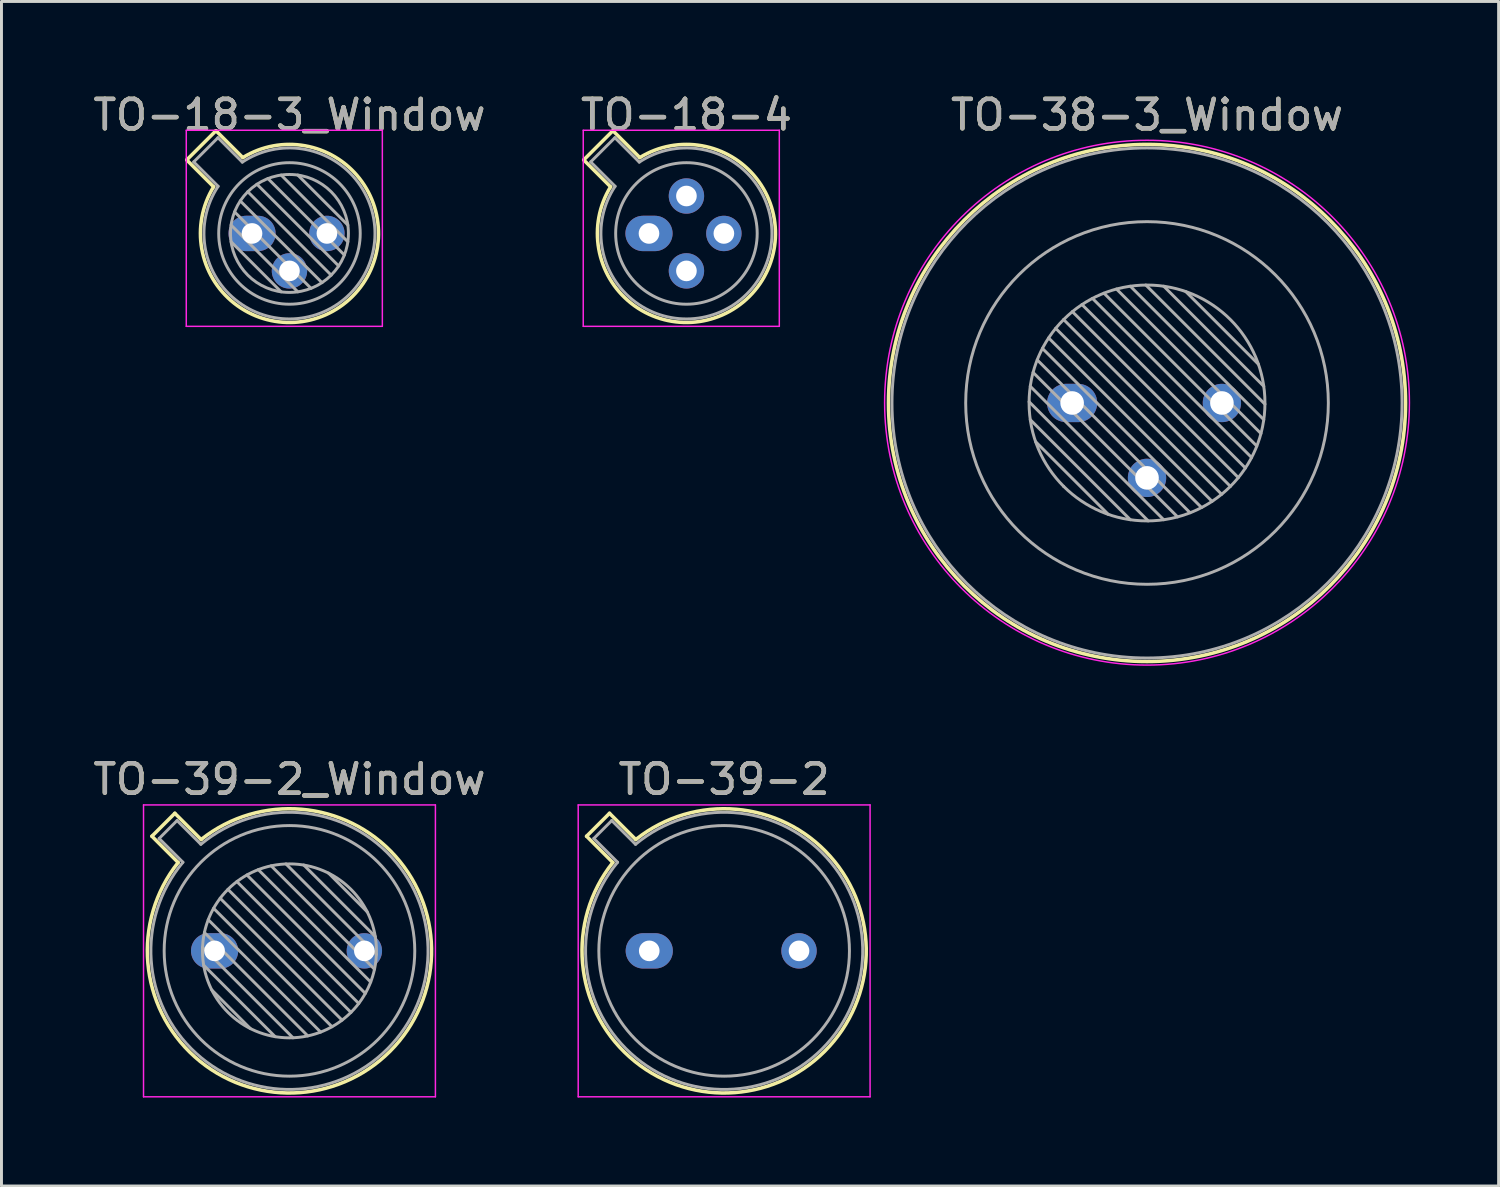
<source format=kicad_pcb>
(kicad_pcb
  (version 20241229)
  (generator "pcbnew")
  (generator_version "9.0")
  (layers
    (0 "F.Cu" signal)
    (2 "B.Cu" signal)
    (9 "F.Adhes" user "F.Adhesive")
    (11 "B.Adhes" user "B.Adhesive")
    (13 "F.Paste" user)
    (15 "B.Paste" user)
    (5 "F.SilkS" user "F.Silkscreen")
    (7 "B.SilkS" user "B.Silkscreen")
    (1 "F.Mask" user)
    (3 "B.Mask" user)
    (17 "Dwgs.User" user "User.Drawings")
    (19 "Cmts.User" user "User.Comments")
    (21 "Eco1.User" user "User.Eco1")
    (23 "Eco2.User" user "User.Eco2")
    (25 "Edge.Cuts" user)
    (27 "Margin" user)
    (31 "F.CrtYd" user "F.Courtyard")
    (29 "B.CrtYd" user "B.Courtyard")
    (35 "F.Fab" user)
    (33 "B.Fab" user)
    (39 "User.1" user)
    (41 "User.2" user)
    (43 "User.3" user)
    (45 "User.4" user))
  (footprint "TO-39-2"
    (layer "F.Cu")
    (at 18.971 29.201)
    (property "Reference" "TO-39-2" (at 2.54 -5.82 0) (layer "F.SilkS") (effects (font (size 1 1) (thickness 0.15))))
    (attr through_hole)
    (fp_line (start -2.126 -3.888) (end -1.235 -2.997) (stroke (width 0.12) (type solid)) (layer "F.SilkS"))
    (fp_line (start -1.348 -4.666) (end -2.126 -3.888) (stroke (width 0.12) (type solid)) (layer "F.SilkS"))
    (fp_line (start -0.457 -3.775) (end -1.348 -4.666) (stroke (width 0.12) (type solid)) (layer "F.SilkS"))
    (fp_arc (start -0.457084 -3.774902) (mid 5.948125 3.408384) (end -1.234674 -2.997371) (stroke (width 0.12) (type solid)) (layer "F.SilkS"))
    (fp_line (start -2.41 -4.95) (end -2.41 4.95) (stroke (width 0.05) (type solid)) (layer "F.CrtYd"))
    (fp_line (start -2.41 4.95) (end 7.49 4.95) (stroke (width 0.05) (type solid)) (layer "F.CrtYd"))
    (fp_line (start 7.49 -4.95) (end -2.41 -4.95) (stroke (width 0.05) (type solid)) (layer "F.CrtYd"))
    (fp_line (start 7.49 4.95) (end 7.49 -4.95) (stroke (width 0.05) (type solid)) (layer "F.CrtYd"))
    (fp_line (start -1.88 -3.812) (end -1.074 -3.005) (stroke (width 0.1) (type solid)) (layer "F.Fab"))
    (fp_line (start -1.272 -4.42) (end -1.88 -3.812) (stroke (width 0.1) (type solid)) (layer "F.Fab"))
    (fp_line (start -0.465 -3.614) (end -1.272 -4.42) (stroke (width 0.1) (type solid)) (layer "F.Fab"))
    (fp_arc (start -0.465408 -3.61352) (mid 5.863443 3.323361) (end -1.073594 -3.005319) (stroke (width 0.1) (type solid)) (layer "F.Fab"))
    (fp_circle (center 2.54 0) (end 6.79 0) (stroke (width 0.1) (type solid)) (fill no) (layer "F.Fab"))
    (fp_text user "${REFERENCE}" (at 2.54 -5.82 0) (layer "F.Fab") (effects (font (size 1 1) (thickness 0.15))))
    (pad "1" thru_hole oval (at 0 0) (size 1.6 1.2) (drill 0.7) (layers "*.Cu" "*.Mask"))
    (pad "2" thru_hole oval (at 5.08 0) (size 1.2 1.2) (drill 0.7) (layers "*.Cu" "*.Mask")))
  (footprint "TO-38-3_Window"
    (layer "F.Cu")
    (at 33.314 10.618)
    (property "Reference" "TO-38-3_Window" (at 2.54 -9.77 0) (layer "F.SilkS") (effects (font (size 1 1) (thickness 0.15))))
    (attr through_hole)
    (fp_circle (center 2.54 0) (end 11.31 0) (stroke (width 0.12) (type solid)) (fill no) (layer "F.SilkS"))
    (fp_circle (center 2.54 -0.01) (end 11.44 -0.01) (stroke (width 0.05) (type solid)) (fill no) (layer "F.CrtYd"))
    (fp_line (start -1.46 -0.041) (end 2.581 4) (stroke (width 0.1) (type solid)) (layer "F.Fab"))
    (fp_line (start -1.42 -0.566) (end 3.106 3.96) (stroke (width 0.1) (type solid)) (layer "F.Fab"))
    (fp_line (start -1.42 0.566) (end 1.974 3.96) (stroke (width 0.1) (type solid)) (layer "F.Fab"))
    (fp_line (start -1.324 -1.036) (end 3.576 3.864) (stroke (width 0.1) (type solid)) (layer "F.Fab"))
    (fp_line (start -1.239 1.313) (end 1.227 3.779) (stroke (width 0.1) (type solid)) (layer "F.Fab"))
    (fp_line (start -1.184 -1.461) (end 4.001 3.724) (stroke (width 0.1) (type solid)) (layer "F.Fab"))
    (fp_line (start -1.007 -1.85) (end 4.39 3.547) (stroke (width 0.1) (type solid)) (layer "F.Fab"))
    (fp_line (start -0.797 -2.206) (end 4.746 3.337) (stroke (width 0.1) (type solid)) (layer "F.Fab"))
    (fp_line (start -0.558 -2.532) (end 5.072 3.098) (stroke (width 0.1) (type solid)) (layer "F.Fab"))
    (fp_line (start -0.289 -2.829) (end 5.369 2.829) (stroke (width 0.1) (type solid)) (layer "F.Fab"))
    (fp_line (start -0.289 2.829) (end -0.289 2.829) (stroke (width 0.1) (type solid)) (layer "F.Fab"))
    (fp_line (start 0.008 -3.098) (end 5.638 2.532) (stroke (width 0.1) (type solid)) (layer "F.Fab"))
    (fp_line (start 0.334 -3.337) (end 5.877 2.206) (stroke (width 0.1) (type solid)) (layer "F.Fab"))
    (fp_line (start 0.69 -3.547) (end 6.087 1.85) (stroke (width 0.1) (type solid)) (layer "F.Fab"))
    (fp_line (start 1.079 -3.724) (end 6.264 1.461) (stroke (width 0.1) (type solid)) (layer "F.Fab"))
    (fp_line (start 1.504 -3.864) (end 6.404 1.036) (stroke (width 0.1) (type solid)) (layer "F.Fab"))
    (fp_line (start 1.974 -3.96) (end 6.5 0.566) (stroke (width 0.1) (type solid)) (layer "F.Fab"))
    (fp_line (start 2.499 -4) (end 6.54 0.041) (stroke (width 0.1) (type solid)) (layer "F.Fab"))
    (fp_line (start 3.106 -3.96) (end 6.5 -0.566) (stroke (width 0.1) (type solid)) (layer "F.Fab"))
    (fp_line (start 3.853 -3.779) (end 6.319 -1.313) (stroke (width 0.1) (type solid)) (layer "F.Fab"))
    (fp_circle (center 2.54 0) (end 6.54 0) (stroke (width 0.1) (type solid)) (fill no) (layer "F.Fab"))
    (fp_circle (center 2.54 0) (end 8.69 0) (stroke (width 0.1) (type solid)) (fill no) (layer "F.Fab"))
    (fp_circle (center 2.54 0) (end 11.19 0) (stroke (width 0.1) (type solid)) (fill no) (layer "F.Fab"))
    (fp_text user "${REFERENCE}" (at 2.54 -9.77 0) (layer "F.Fab") (effects (font (size 1 1) (thickness 0.15))))
    (pad "1" thru_hole oval (at 0 0) (size 1.7 1.3) (drill 0.8) (layers "*.Cu" "*.Mask"))
    (pad "2" thru_hole oval (at 2.54 2.54) (size 1.3 1.3) (drill 0.8) (layers "*.Cu" "*.Mask"))
    (pad "3" thru_hole oval (at 5.08 0) (size 1.3 1.3) (drill 0.8) (layers "*.Cu" "*.Mask")))
  (footprint "TO-18-3_Window"
    (layer "F.Cu")
    (at 5.498 4.868)
    (property "Reference" "TO-18-3_Window" (at 1.27 -4.02 0) (layer "F.SilkS") (effects (font (size 1 1) (thickness 0.15))))
    (attr through_hole)
    (fp_line (start -2.214 -2.494) (end -1.302 -1.582) (stroke (width 0.12) (type solid)) (layer "F.SilkS"))
    (fp_line (start -1.224 -3.484) (end -2.214 -2.494) (stroke (width 0.12) (type solid)) (layer "F.SilkS"))
    (fp_line (start -0.312 -2.572) (end -1.224 -3.484) (stroke (width 0.12) (type solid)) (layer "F.SilkS"))
    (fp_arc (start -0.312331 -2.572281) (mid 3.405374 2.135551) (end -1.30215 -1.582544) (stroke (width 0.12) (type solid)) (layer "F.SilkS"))
    (fp_line (start -2.23 -3.5) (end -2.23 3.15) (stroke (width 0.05) (type solid)) (layer "F.CrtYd"))
    (fp_line (start -2.23 3.15) (end 4.42 3.15) (stroke (width 0.05) (type solid)) (layer "F.CrtYd"))
    (fp_line (start 4.42 -3.5) (end -2.23 -3.5) (stroke (width 0.05) (type solid)) (layer "F.CrtYd"))
    (fp_line (start 4.42 3.15) (end 4.42 -3.5) (stroke (width 0.05) (type solid)) (layer "F.CrtYd"))
    (fp_line (start -1.977 -2.426) (end -1.149 -1.599) (stroke (width 0.1) (type solid)) (layer "F.Fab"))
    (fp_line (start -1.156 -3.247) (end -1.977 -2.426) (stroke (width 0.1) (type solid)) (layer "F.Fab"))
    (fp_line (start -0.71 -0.283) (end 1.553 1.98) (stroke (width 0.1) (type solid)) (layer "F.Fab"))
    (fp_line (start -0.71 0.283) (end 0.987 1.98) (stroke (width 0.1) (type solid)) (layer "F.Fab"))
    (fp_line (start -0.592 -0.731) (end 2.001 1.862) (stroke (width 0.1) (type solid)) (layer "F.Fab"))
    (fp_line (start -0.399 -1.103) (end 2.373 1.669) (stroke (width 0.1) (type solid)) (layer "F.Fab"))
    (fp_line (start -0.329 -2.419) (end -1.156 -3.247) (stroke (width 0.1) (type solid)) (layer "F.Fab"))
    (fp_line (start -0.145 -1.415) (end 2.685 1.415) (stroke (width 0.1) (type solid)) (layer "F.Fab"))
    (fp_line (start 0.167 -1.669) (end 2.939 1.103) (stroke (width 0.1) (type solid)) (layer "F.Fab"))
    (fp_line (start 0.539 -1.862) (end 3.132 0.731) (stroke (width 0.1) (type solid)) (layer "F.Fab"))
    (fp_line (start 0.987 -1.98) (end 3.25 0.283) (stroke (width 0.1) (type solid)) (layer "F.Fab"))
    (fp_line (start 1.553 -1.98) (end 3.25 -0.283) (stroke (width 0.1) (type solid)) (layer "F.Fab"))
    (fp_arc (start -0.329057 -2.419301) (mid 3.321076 2.050143) (end -1.150029 -1.597956) (stroke (width 0.1) (type solid)) (layer "F.Fab"))
    (fp_circle (center 1.27 0) (end 3.27 0) (stroke (width 0.1) (type solid)) (fill no) (layer "F.Fab"))
    (fp_circle (center 1.27 0) (end 3.67 0) (stroke (width 0.1) (type solid)) (fill no) (layer "F.Fab"))
    (fp_text user "${REFERENCE}" (at 1.27 -4.02 0) (layer "F.Fab") (effects (font (size 1 1) (thickness 0.15))))
    (pad "1" thru_hole oval (at 0 0) (size 1.6 1.2) (drill 0.7) (layers "*.Cu" "*.Mask"))
    (pad "2" thru_hole oval (at 1.27 1.27) (size 1.2 1.2) (drill 0.7) (layers "*.Cu" "*.Mask"))
    (pad "3" thru_hole oval (at 2.54 0) (size 1.2 1.2) (drill 0.7) (layers "*.Cu" "*.Mask")))
  (footprint "TO-18-4"
    (layer "F.Cu")
    (at 18.962 4.868)
    (property "Reference" "TO-18-4" (at 1.27 -4.02 0) (layer "F.SilkS") (effects (font (size 1 1) (thickness 0.15))))
    (attr through_hole)
    (fp_line (start -2.214 -2.494) (end -1.302 -1.582) (stroke (width 0.12) (type solid)) (layer "F.SilkS"))
    (fp_line (start -1.224 -3.484) (end -2.214 -2.494) (stroke (width 0.12) (type solid)) (layer "F.SilkS"))
    (fp_line (start -0.312 -2.572) (end -1.224 -3.484) (stroke (width 0.12) (type solid)) (layer "F.SilkS"))
    (fp_arc (start -0.312331 -2.572281) (mid 3.405374 2.135551) (end -1.30215 -1.582544) (stroke (width 0.12) (type solid)) (layer "F.SilkS"))
    (fp_line (start -2.23 -3.5) (end -2.23 3.15) (stroke (width 0.05) (type solid)) (layer "F.CrtYd"))
    (fp_line (start -2.23 3.15) (end 4.42 3.15) (stroke (width 0.05) (type solid)) (layer "F.CrtYd"))
    (fp_line (start 4.42 -3.5) (end -2.23 -3.5) (stroke (width 0.05) (type solid)) (layer "F.CrtYd"))
    (fp_line (start 4.42 3.15) (end 4.42 -3.5) (stroke (width 0.05) (type solid)) (layer "F.CrtYd"))
    (fp_line (start -1.977 -2.426) (end -1.149 -1.599) (stroke (width 0.1) (type solid)) (layer "F.Fab"))
    (fp_line (start -1.156 -3.247) (end -1.977 -2.426) (stroke (width 0.1) (type solid)) (layer "F.Fab"))
    (fp_line (start -0.329 -2.419) (end -1.156 -3.247) (stroke (width 0.1) (type solid)) (layer "F.Fab"))
    (fp_arc (start -0.329057 -2.419301) (mid 3.321076 2.050143) (end -1.150029 -1.597956) (stroke (width 0.1) (type solid)) (layer "F.Fab"))
    (fp_circle (center 1.27 0) (end 3.67 0) (stroke (width 0.1) (type solid)) (fill no) (layer "F.Fab"))
    (fp_text user "${REFERENCE}" (at 1.27 -4.02 0) (layer "F.Fab") (effects (font (size 1 1) (thickness 0.15))))
    (pad "1" thru_hole oval (at 0 0) (size 1.6 1.2) (drill 0.7) (layers "*.Cu" "*.Mask"))
    (pad "2" thru_hole oval (at 1.27 1.27) (size 1.2 1.2) (drill 0.7) (layers "*.Cu" "*.Mask"))
    (pad "3" thru_hole oval (at 2.54 0) (size 1.2 1.2) (drill 0.7) (layers "*.Cu" "*.Mask"))
    (pad "4" thru_hole oval (at 1.27 -1.27) (size 1.2 1.2) (drill 0.7) (layers "*.Cu" "*.Mask")))
  (footprint "TO-39-2_Window"
    (layer "F.Cu")
    (at 4.228 29.201)
    (property "Reference" "TO-39-2_Window" (at 2.54 -5.82 0) (layer "F.SilkS") (effects (font (size 1 1) (thickness 0.15))))
    (attr through_hole)
    (fp_line (start -2.126 -3.888) (end -1.235 -2.997) (stroke (width 0.12) (type solid)) (layer "F.SilkS"))
    (fp_line (start -1.348 -4.666) (end -2.126 -3.888) (stroke (width 0.12) (type solid)) (layer "F.SilkS"))
    (fp_line (start -0.457 -3.775) (end -1.348 -4.666) (stroke (width 0.12) (type solid)) (layer "F.SilkS"))
    (fp_arc (start -0.457084 -3.774902) (mid 5.948125 3.408384) (end -1.234674 -2.997371) (stroke (width 0.12) (type solid)) (layer "F.SilkS"))
    (fp_line (start -2.41 -4.95) (end -2.41 4.95) (stroke (width 0.05) (type solid)) (layer "F.CrtYd"))
    (fp_line (start -2.41 4.95) (end 7.49 4.95) (stroke (width 0.05) (type solid)) (layer "F.CrtYd"))
    (fp_line (start 7.49 -4.95) (end -2.41 -4.95) (stroke (width 0.05) (type solid)) (layer "F.CrtYd"))
    (fp_line (start 7.49 4.95) (end 7.49 -4.95) (stroke (width 0.05) (type solid)) (layer "F.CrtYd"))
    (fp_line (start -1.88 -3.812) (end -1.074 -3.005) (stroke (width 0.1) (type solid)) (layer "F.Fab"))
    (fp_line (start -1.272 -4.42) (end -1.88 -3.812) (stroke (width 0.1) (type solid)) (layer "F.Fab"))
    (fp_line (start -0.465 -3.614) (end -1.272 -4.42) (stroke (width 0.1) (type solid)) (layer "F.Fab"))
    (fp_line (start -0.408 -0.12) (end 2.66 2.948) (stroke (width 0.1) (type solid)) (layer "F.Fab"))
    (fp_line (start -0.371 0.485) (end 2.055 2.911) (stroke (width 0.1) (type solid)) (layer "F.Fab"))
    (fp_line (start -0.344 -0.622) (end 3.162 2.884) (stroke (width 0.1) (type solid)) (layer "F.Fab"))
    (fp_line (start -0.215 -1.058) (end 3.598 2.755) (stroke (width 0.1) (type solid)) (layer "F.Fab"))
    (fp_line (start -0.097 1.324) (end 1.216 2.637) (stroke (width 0.1) (type solid)) (layer "F.Fab"))
    (fp_line (start -0.034 -1.443) (end 3.983 2.574) (stroke (width 0.1) (type solid)) (layer "F.Fab"))
    (fp_line (start 0.19 -1.784) (end 4.324 2.35) (stroke (width 0.1) (type solid)) (layer "F.Fab"))
    (fp_line (start 0.454 -2.086) (end 4.626 2.086) (stroke (width 0.1) (type solid)) (layer "F.Fab"))
    (fp_line (start 0.756 -2.35) (end 4.89 1.784) (stroke (width 0.1) (type solid)) (layer "F.Fab"))
    (fp_line (start 1.097 -2.574) (end 5.114 1.443) (stroke (width 0.1) (type solid)) (layer "F.Fab"))
    (fp_line (start 1.482 -2.755) (end 5.295 1.058) (stroke (width 0.1) (type solid)) (layer "F.Fab"))
    (fp_line (start 1.918 -2.884) (end 5.424 0.622) (stroke (width 0.1) (type solid)) (layer "F.Fab"))
    (fp_line (start 2.42 -2.948) (end 5.488 0.12) (stroke (width 0.1) (type solid)) (layer "F.Fab"))
    (fp_line (start 3.025 -2.911) (end 5.451 -0.485) (stroke (width 0.1) (type solid)) (layer "F.Fab"))
    (fp_line (start 3.864 -2.637) (end 5.177 -1.324) (stroke (width 0.1) (type solid)) (layer "F.Fab"))
    (fp_arc (start -0.465408 -3.61352) (mid 5.863443 3.323361) (end -1.073594 -3.005319) (stroke (width 0.1) (type solid)) (layer "F.Fab"))
    (fp_circle (center 2.54 0) (end 5.49 0) (stroke (width 0.1) (type solid)) (fill no) (layer "F.Fab"))
    (fp_circle (center 2.54 0) (end 6.79 0) (stroke (width 0.1) (type solid)) (fill no) (layer "F.Fab"))
    (fp_text user "${REFERENCE}" (at 2.54 -5.82 0) (layer "F.Fab") (effects (font (size 1 1) (thickness 0.15))))
    (pad "1" thru_hole oval (at 0 0) (size 1.6 1.2) (drill 0.7) (layers "*.Cu" "*.Mask"))
    (pad "2" thru_hole oval (at 5.08 0) (size 1.2 1.2) (drill 0.7) (layers "*.Cu" "*.Mask")))
  (gr_rect
    (start -3 -3)
    (end 47.779 37.176)
    (stroke (width 0.1) (type default))
    (fill no)
    (layer "Edge.Cuts")))
</source>
